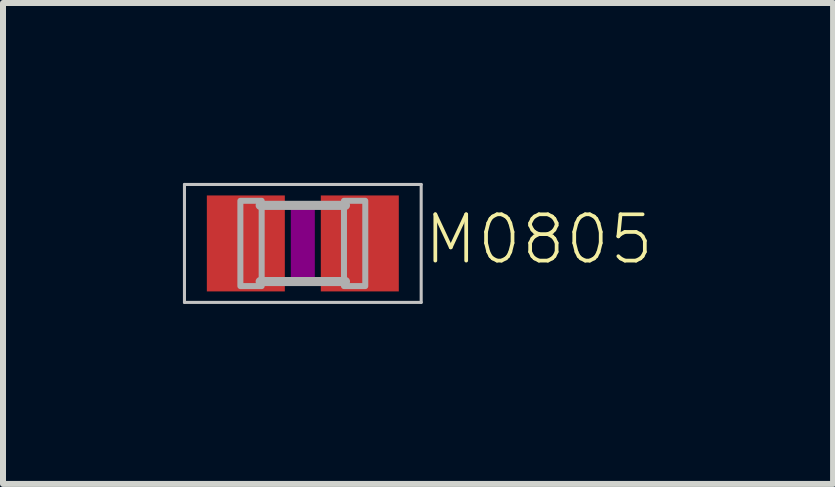
<source format=kicad_pcb>
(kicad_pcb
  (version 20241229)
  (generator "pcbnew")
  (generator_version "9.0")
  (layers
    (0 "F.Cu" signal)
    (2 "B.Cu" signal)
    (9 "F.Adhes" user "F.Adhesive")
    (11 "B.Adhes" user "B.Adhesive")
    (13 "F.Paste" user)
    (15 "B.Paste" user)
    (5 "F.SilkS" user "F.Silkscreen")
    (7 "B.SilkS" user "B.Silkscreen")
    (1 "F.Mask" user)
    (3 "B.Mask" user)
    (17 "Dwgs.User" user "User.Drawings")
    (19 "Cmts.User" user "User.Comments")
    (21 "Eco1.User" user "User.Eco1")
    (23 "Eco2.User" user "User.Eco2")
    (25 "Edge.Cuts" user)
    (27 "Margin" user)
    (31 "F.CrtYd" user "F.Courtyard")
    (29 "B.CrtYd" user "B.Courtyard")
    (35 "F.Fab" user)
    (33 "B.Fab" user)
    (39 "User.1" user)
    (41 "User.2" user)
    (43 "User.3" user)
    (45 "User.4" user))
  (footprint "M0805"
    (layer "F.Cu")
    (at 1.998 1.008)
    (property "Reference" "M0805" (at 1.984 0.384 0) (layer "F.SilkS") (effects (font (size 0.772 0.772) (thickness 0.062)) (justify left bottom)))
    (attr through_hole)
    (fp_poly (pts (xy -0.2 0.6) (xy 0.2 0.6) (xy 0.2 -0.6) (xy -0.2 -0.6)) (stroke (width 0) (type solid)) (fill yes) (layer "F.Adhes"))
    (fp_line (start -1.973 -0.983) (end 1.973 -0.983) (stroke (width 0.051) (type solid)) (layer "Dwgs.User"))
    (fp_line (start -1.973 0.983) (end -1.973 -0.983) (stroke (width 0.051) (type solid)) (layer "Dwgs.User"))
    (fp_line (start 1.973 -0.983) (end 1.973 0.983) (stroke (width 0.051) (type solid)) (layer "Dwgs.User"))
    (fp_line (start 1.973 0.983) (end -1.973 0.983) (stroke (width 0.051) (type solid)) (layer "Dwgs.User"))
    (fp_line (start 0.711 -0.635) (end -0.711 -0.635) (stroke (width 0.152) (type solid)) (layer "F.Fab"))
    (fp_line (start 0.711 0.635) (end -0.711 0.635) (stroke (width 0.152) (type solid)) (layer "F.Fab"))
    (fp_poly (pts (xy -1.041 0.711) (xy -0.686 0.711) (xy -0.686 -0.711) (xy -1.041 -0.711)) (stroke (width 0.1) (type solid)) (fill no) (layer "F.Fab"))
    (fp_poly (pts (xy 0.686 0.711) (xy 1.041 0.711) (xy 1.041 -0.711) (xy 0.686 -0.711)) (stroke (width 0.1) (type solid)) (fill no) (layer "F.Fab"))
    (pad "1" smd rect (at -0.95 0) (size 1.3 1.6) (layers "F.Cu" "F.Mask" "F.Paste"))
    (pad "2" smd rect (at 0.95 0) (size 1.3 1.6) (layers "F.Cu" "F.Mask" "F.Paste")))
  (gr_rect
    (start -3 -3)
    (end 10.837 5.017)
    (stroke (width 0.1) (type default))
    (fill no)
    (layer "Edge.Cuts")))
</source>
